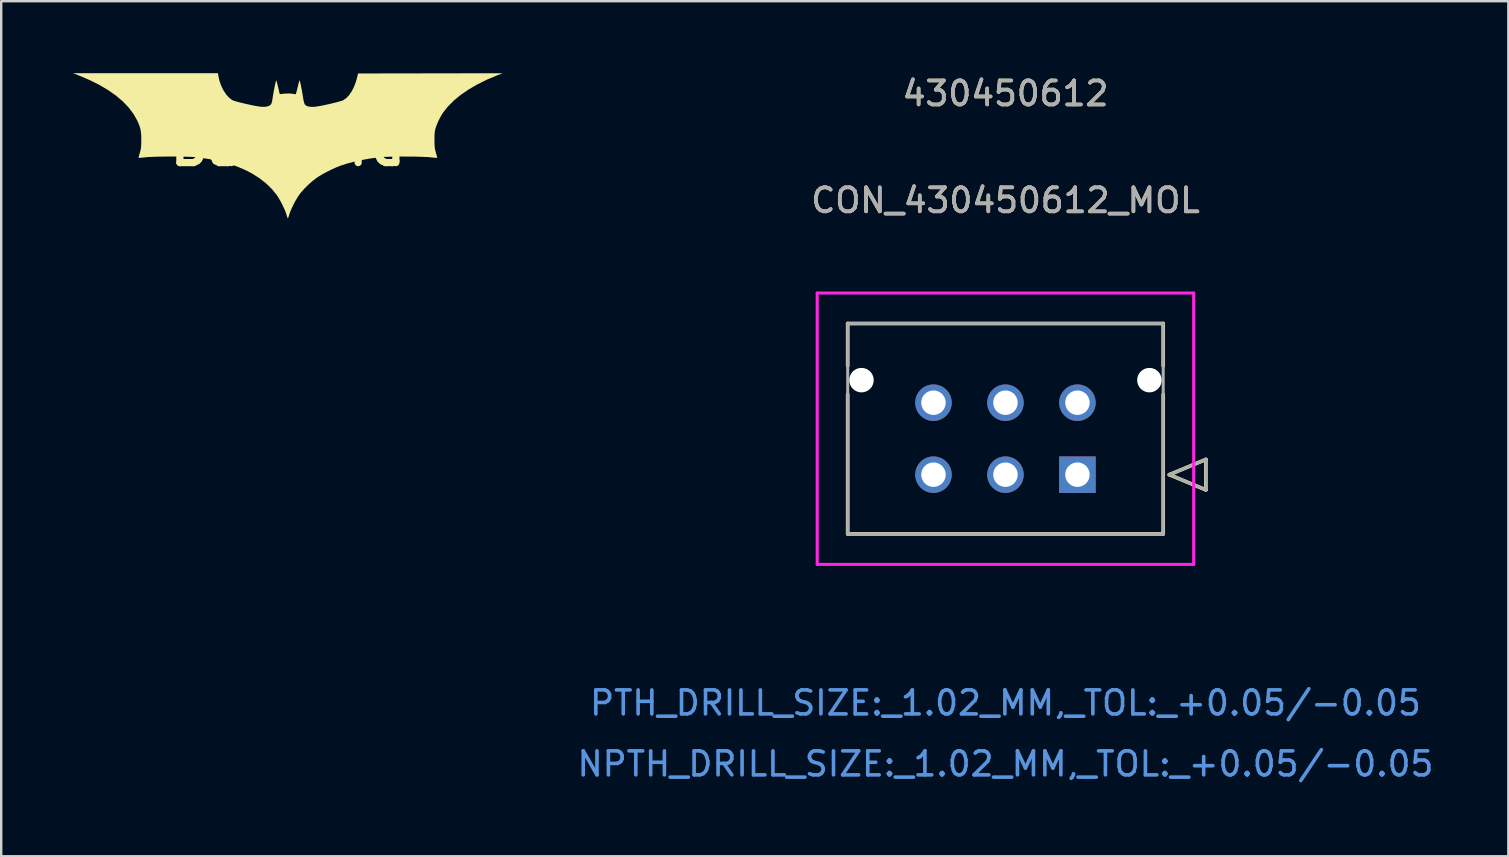
<source format=kicad_pcb>
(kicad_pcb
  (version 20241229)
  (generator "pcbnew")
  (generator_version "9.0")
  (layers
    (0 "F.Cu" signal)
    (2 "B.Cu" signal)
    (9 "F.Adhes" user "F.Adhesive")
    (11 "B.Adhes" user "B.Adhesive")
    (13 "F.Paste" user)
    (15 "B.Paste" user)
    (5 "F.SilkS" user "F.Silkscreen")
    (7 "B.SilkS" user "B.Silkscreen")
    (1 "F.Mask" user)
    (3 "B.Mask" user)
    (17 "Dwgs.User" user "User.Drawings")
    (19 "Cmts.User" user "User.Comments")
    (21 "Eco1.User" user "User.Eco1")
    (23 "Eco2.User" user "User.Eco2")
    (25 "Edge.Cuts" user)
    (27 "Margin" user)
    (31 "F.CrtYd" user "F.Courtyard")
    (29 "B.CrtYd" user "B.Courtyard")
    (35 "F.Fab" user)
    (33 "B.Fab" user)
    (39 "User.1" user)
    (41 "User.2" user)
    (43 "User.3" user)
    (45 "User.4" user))
  (footprint "CON_430450612_MOL"
    (layer "F.Cu")
    (at 41.854 16.733)
    (property "Reference" "CON_430450612_MOL" (at -3 -11.43 0) (unlocked yes) (layer "F.SilkS") (effects (font (size 1 1) (thickness 0.15))))
    (attr through_hole)
    (fp_line (start -9.575 -6.3) (end -9.575 -4.535) (stroke (width 0.152) (type solid)) (layer "F.SilkS"))
    (fp_line (start -9.575 -3.345) (end -9.575 2.47) (stroke (width 0.152) (type solid)) (layer "F.SilkS"))
    (fp_line (start -9.575 2.47) (end 3.575 2.47) (stroke (width 0.152) (type solid)) (layer "F.SilkS"))
    (fp_line (start 3.575 -6.3) (end -9.575 -6.3) (stroke (width 0.152) (type solid)) (layer "F.SilkS"))
    (fp_line (start 3.575 -4.535) (end 3.575 -6.3) (stroke (width 0.152) (type solid)) (layer "F.SilkS"))
    (fp_line (start 3.575 2.47) (end 3.575 -3.345) (stroke (width 0.152) (type solid)) (layer "F.SilkS"))
    (fp_line (start 3.829 0) (end 5.353 -0.635) (stroke (width 0.152) (type solid)) (layer "F.SilkS"))
    (fp_line (start 5.353 -0.635) (end 5.353 0.635) (stroke (width 0.152) (type solid)) (layer "F.SilkS"))
    (fp_line (start 5.353 0.635) (end 3.829 0) (stroke (width 0.152) (type solid)) (layer "F.SilkS"))
    (fp_line (start -10.845 -7.57) (end -10.845 3.74) (stroke (width 0.127) (type solid)) (layer "F.CrtYd"))
    (fp_line (start -10.845 3.74) (end 4.845 3.74) (stroke (width 0.127) (type solid)) (layer "F.CrtYd"))
    (fp_line (start 4.845 -7.57) (end -10.845 -7.57) (stroke (width 0.127) (type solid)) (layer "F.CrtYd"))
    (fp_line (start 4.845 3.74) (end 4.845 -7.57) (stroke (width 0.127) (type solid)) (layer "F.CrtYd"))
    (fp_line (start -9.575 -6.3) (end -9.575 2.47) (stroke (width 0.127) (type solid)) (layer "F.Fab"))
    (fp_line (start -9.575 2.47) (end 3.575 2.47) (stroke (width 0.127) (type solid)) (layer "F.Fab"))
    (fp_line (start 3.575 -6.3) (end -9.575 -6.3) (stroke (width 0.127) (type solid)) (layer "F.Fab"))
    (fp_line (start 3.575 2.47) (end 3.575 -6.3) (stroke (width 0.127) (type solid)) (layer "F.Fab"))
    (fp_line (start 3.829 0) (end 5.353 -0.635) (stroke (width 0.127) (type solid)) (layer "F.Fab"))
    (fp_line (start 5.353 -0.635) (end 5.353 0.635) (stroke (width 0.127) (type solid)) (layer "F.Fab"))
    (fp_line (start 5.353 0.635) (end 3.829 0) (stroke (width 0.127) (type solid)) (layer "F.Fab"))
    (fp_text user "430450612" (at -3 -15.885 0) (unlocked yes) (layer "F.SilkS") (effects (font (size 1 1) (thickness 0.15))))
    (fp_text user "NPTH_DRILL_SIZE:_1.02_MM,_TOL:_+0.05/-0.05" (at -3 12.055 0) (unlocked yes) (layer "Cmts.User") (effects (font (size 1 1) (thickness 0.15))))
    (fp_text user "PTH_DRILL_SIZE:_1.02_MM,_TOL:_+0.05/-0.05" (at -3 9.515 0) (unlocked yes) (layer "Cmts.User") (effects (font (size 1 1) (thickness 0.15))))
    (fp_text user "430450612" (at -3 -15.885 0) (unlocked yes) (layer "F.Fab") (effects (font (size 1 1) (thickness 0.15))))
    (fp_text user "${REFERENCE}" (at -3 -11.43 0) (unlocked yes) (layer "F.Fab") (effects (font (size 1 1) (thickness 0.15))))
    (pad "" np_thru_hole circle (at -9 -3.94) (size 1.02 1.02) (drill 1.02) (layers "*.Cu" "*.Mask"))
    (pad "" np_thru_hole circle (at 3 -3.94) (size 1.02 1.02) (drill 1.02) (layers "*.Cu" "*.Mask"))
    (pad "1" thru_hole rect (at 0 0) (size 1.52 1.52) (drill 1.02) (layers "*.Cu" "*.Mask"))
    (pad "2" thru_hole circle (at -3 0) (size 1.52 1.52) (drill 1.02) (layers "*.Cu" "*.Mask"))
    (pad "3" thru_hole circle (at -6 0) (size 1.52 1.52) (drill 1.02) (layers "*.Cu" "*.Mask"))
    (pad "4" thru_hole circle (at 0 -3) (size 1.52 1.52) (drill 1.02) (layers "*.Cu" "*.Mask"))
    (pad "5" thru_hole circle (at -3 -3) (size 1.52 1.52) (drill 1.02) (layers "*.Cu" "*.Mask"))
    (pad "6" thru_hole circle (at -6 -3) (size 1.52 1.52) (drill 1.02) (layers "*.Cu" "*.Mask")))
  (footprint "BattBord"
    (layer "F.Cu")
    (at 8.948 3.048)
    (property "Reference" "BattBord" (at 0 0 0) (layer "F.SilkS") (effects (font (size 1.5 1.5) (thickness 0.3))))
    (attr board_only exclude_from_pos_files exclude_from_bom)
    (fp_poly (pts (xy -2.898 -2.94) (xy -2.853 -2.731) (xy -2.781 -2.528) (xy -2.688 -2.338) (xy -2.578 -2.17) (xy -2.455 -2.032) (xy -2.326 -1.931) (xy -2.321 -1.928) (xy -2.266 -1.905) (xy -2.175 -1.876) (xy -2.054 -1.842) (xy -1.913 -1.806) (xy -1.759 -1.77) (xy -1.601 -1.735) (xy -1.447 -1.703) (xy -1.306 -1.676) (xy -1.185 -1.656) (xy -1.092 -1.646) (xy -0.949 -1.646) (xy -0.829 -1.669) (xy -0.739 -1.713) (xy -0.696 -1.758) (xy -0.677 -1.806) (xy -0.658 -1.883) (xy -0.644 -1.96) (xy -0.629 -2.066) (xy -0.608 -2.185) (xy -0.586 -2.311) (xy -0.562 -2.435) (xy -0.539 -2.548) (xy -0.518 -2.644) (xy -0.501 -2.712) (xy -0.489 -2.746) (xy -0.487 -2.748) (xy -0.476 -2.727) (xy -0.458 -2.669) (xy -0.435 -2.583) (xy -0.41 -2.478) (xy -0.408 -2.466) (xy -0.383 -2.358) (xy -0.362 -2.268) (xy -0.346 -2.205) (xy -0.338 -2.177) (xy -0.337 -2.177) (xy -0.313 -2.176) (xy -0.254 -2.182) (xy -0.175 -2.192) (xy -0.165 -2.193) (xy 0.058 -2.204) (xy 0.156 -2.194) (xy 0.236 -2.183) (xy 0.297 -2.174) (xy 0.325 -2.171) (xy 0.325 -2.171) (xy 0.335 -2.192) (xy 0.353 -2.25) (xy 0.376 -2.335) (xy 0.402 -2.441) (xy 0.406 -2.459) (xy 0.432 -2.567) (xy 0.456 -2.657) (xy 0.475 -2.72) (xy 0.486 -2.747) (xy 0.487 -2.748) (xy 0.498 -2.726) (xy 0.514 -2.667) (xy 0.534 -2.577) (xy 0.557 -2.465) (xy 0.581 -2.338) (xy 0.605 -2.203) (xy 0.626 -2.069) (xy 0.633 -2.029) (xy 0.651 -1.925) (xy 0.673 -1.833) (xy 0.695 -1.766) (xy 0.705 -1.746) (xy 0.77 -1.688) (xy 0.875 -1.654) (xy 1.02 -1.643) (xy 1.112 -1.647) (xy 1.199 -1.658) (xy 1.316 -1.677) (xy 1.455 -1.704) (xy 1.608 -1.736) (xy 1.765 -1.771) (xy 1.918 -1.808) (xy 2.058 -1.843) (xy 2.176 -1.876) (xy 2.264 -1.903) (xy 2.301 -1.918) (xy 2.426 -2.002) (xy 2.546 -2.126) (xy 2.656 -2.284) (xy 2.753 -2.472) (xy 2.832 -2.682) (xy 2.871 -2.817) (xy 2.925 -3.036) (xy 5.936 -3.041) (xy 8.948 -3.046) (xy 8.751 -2.97) (xy 8.307 -2.784) (xy 7.899 -2.582) (xy 7.529 -2.367) (xy 7.198 -2.139) (xy 6.908 -1.899) (xy 6.66 -1.648) (xy 6.458 -1.391) (xy 6.371 -1.248) (xy 6.285 -1.082) (xy 6.21 -0.911) (xy 6.154 -0.754) (xy 6.15 -0.739) (xy 6.131 -0.658) (xy 6.119 -0.568) (xy 6.112 -0.457) (xy 6.11 -0.314) (xy 6.11 -0.254) (xy 6.112 -0.112) (xy 6.116 -0.004) (xy 6.125 0.084) (xy 6.14 0.162) (xy 6.162 0.245) (xy 6.171 0.277) (xy 6.197 0.365) (xy 6.215 0.434) (xy 6.223 0.475) (xy 6.223 0.481) (xy 6.199 0.481) (xy 6.137 0.477) (xy 6.049 0.469) (xy 5.942 0.458) (xy 5.83 0.448) (xy 5.68 0.441) (xy 5.501 0.435) (xy 5.3 0.43) (xy 5.084 0.428) (xy 4.861 0.427) (xy 4.638 0.427) (xy 4.423 0.43) (xy 4.224 0.434) (xy 4.048 0.44) (xy 3.902 0.447) (xy 3.794 0.456) (xy 3.787 0.457) (xy 3.422 0.509) (xy 3.072 0.572) (xy 2.743 0.645) (xy 2.444 0.725) (xy 2.194 0.807) (xy 2.02 0.876) (xy 1.831 0.962) (xy 1.637 1.058) (xy 1.453 1.157) (xy 1.29 1.253) (xy 1.19 1.32) (xy 1.02 1.451) (xy 0.846 1.606) (xy 0.681 1.772) (xy 0.537 1.936) (xy 0.462 2.034) (xy 0.382 2.158) (xy 0.296 2.307) (xy 0.214 2.468) (xy 0.14 2.627) (xy 0.082 2.77) (xy 0.055 2.854) (xy 0.031 2.928) (xy 0.011 2.982) (xy -0.002 3.002) (xy -0.015 2.981) (xy -0.034 2.928) (xy -0.056 2.855) (xy -0.096 2.735) (xy -0.156 2.591) (xy -0.231 2.433) (xy -0.313 2.276) (xy -0.397 2.132) (xy -0.463 2.032) (xy -0.661 1.787) (xy -0.899 1.554) (xy -1.172 1.339) (xy -1.474 1.145) (xy -1.756 0.996) (xy -2.088 0.853) (xy -2.438 0.73) (xy -2.811 0.627) (xy -3.214 0.543) (xy -3.653 0.474) (xy -3.775 0.458) (xy -3.883 0.449) (xy -4.03 0.441) (xy -4.207 0.434) (xy -4.408 0.43) (xy -4.625 0.427) (xy -4.85 0.427) (xy -5.075 0.427) (xy -5.293 0.43) (xy -5.497 0.434) (xy -5.678 0.441) (xy -5.83 0.448) (xy -5.942 0.458) (xy -6.049 0.469) (xy -6.137 0.477) (xy -6.199 0.481) (xy -6.223 0.481) (xy -6.22 0.457) (xy -6.206 0.399) (xy -6.184 0.318) (xy -6.171 0.277) (xy -6.147 0.19) (xy -6.13 0.111) (xy -6.119 0.028) (xy -6.113 -0.071) (xy -6.11 -0.2) (xy -6.11 -0.254) (xy -6.112 -0.434) (xy -6.123 -0.582) (xy -6.144 -0.712) (xy -6.18 -0.836) (xy -6.232 -0.969) (xy -6.279 -1.074) (xy -6.434 -1.349) (xy -6.633 -1.613) (xy -6.875 -1.867) (xy -7.159 -2.11) (xy -7.485 -2.339) (xy -7.85 -2.556) (xy -8.254 -2.758) (xy -8.61 -2.912) (xy -8.948 -3.048) (xy -5.931 -3.048) (xy -2.915 -3.048)) (stroke (width 0) (type solid)) (fill yes) (layer "F.SilkS")))
  (gr_rect
    (start -3 -3)
    (end 59.812 32.637)
    (stroke (width 0.1) (type default))
    (fill no)
    (layer "Edge.Cuts")))
</source>
